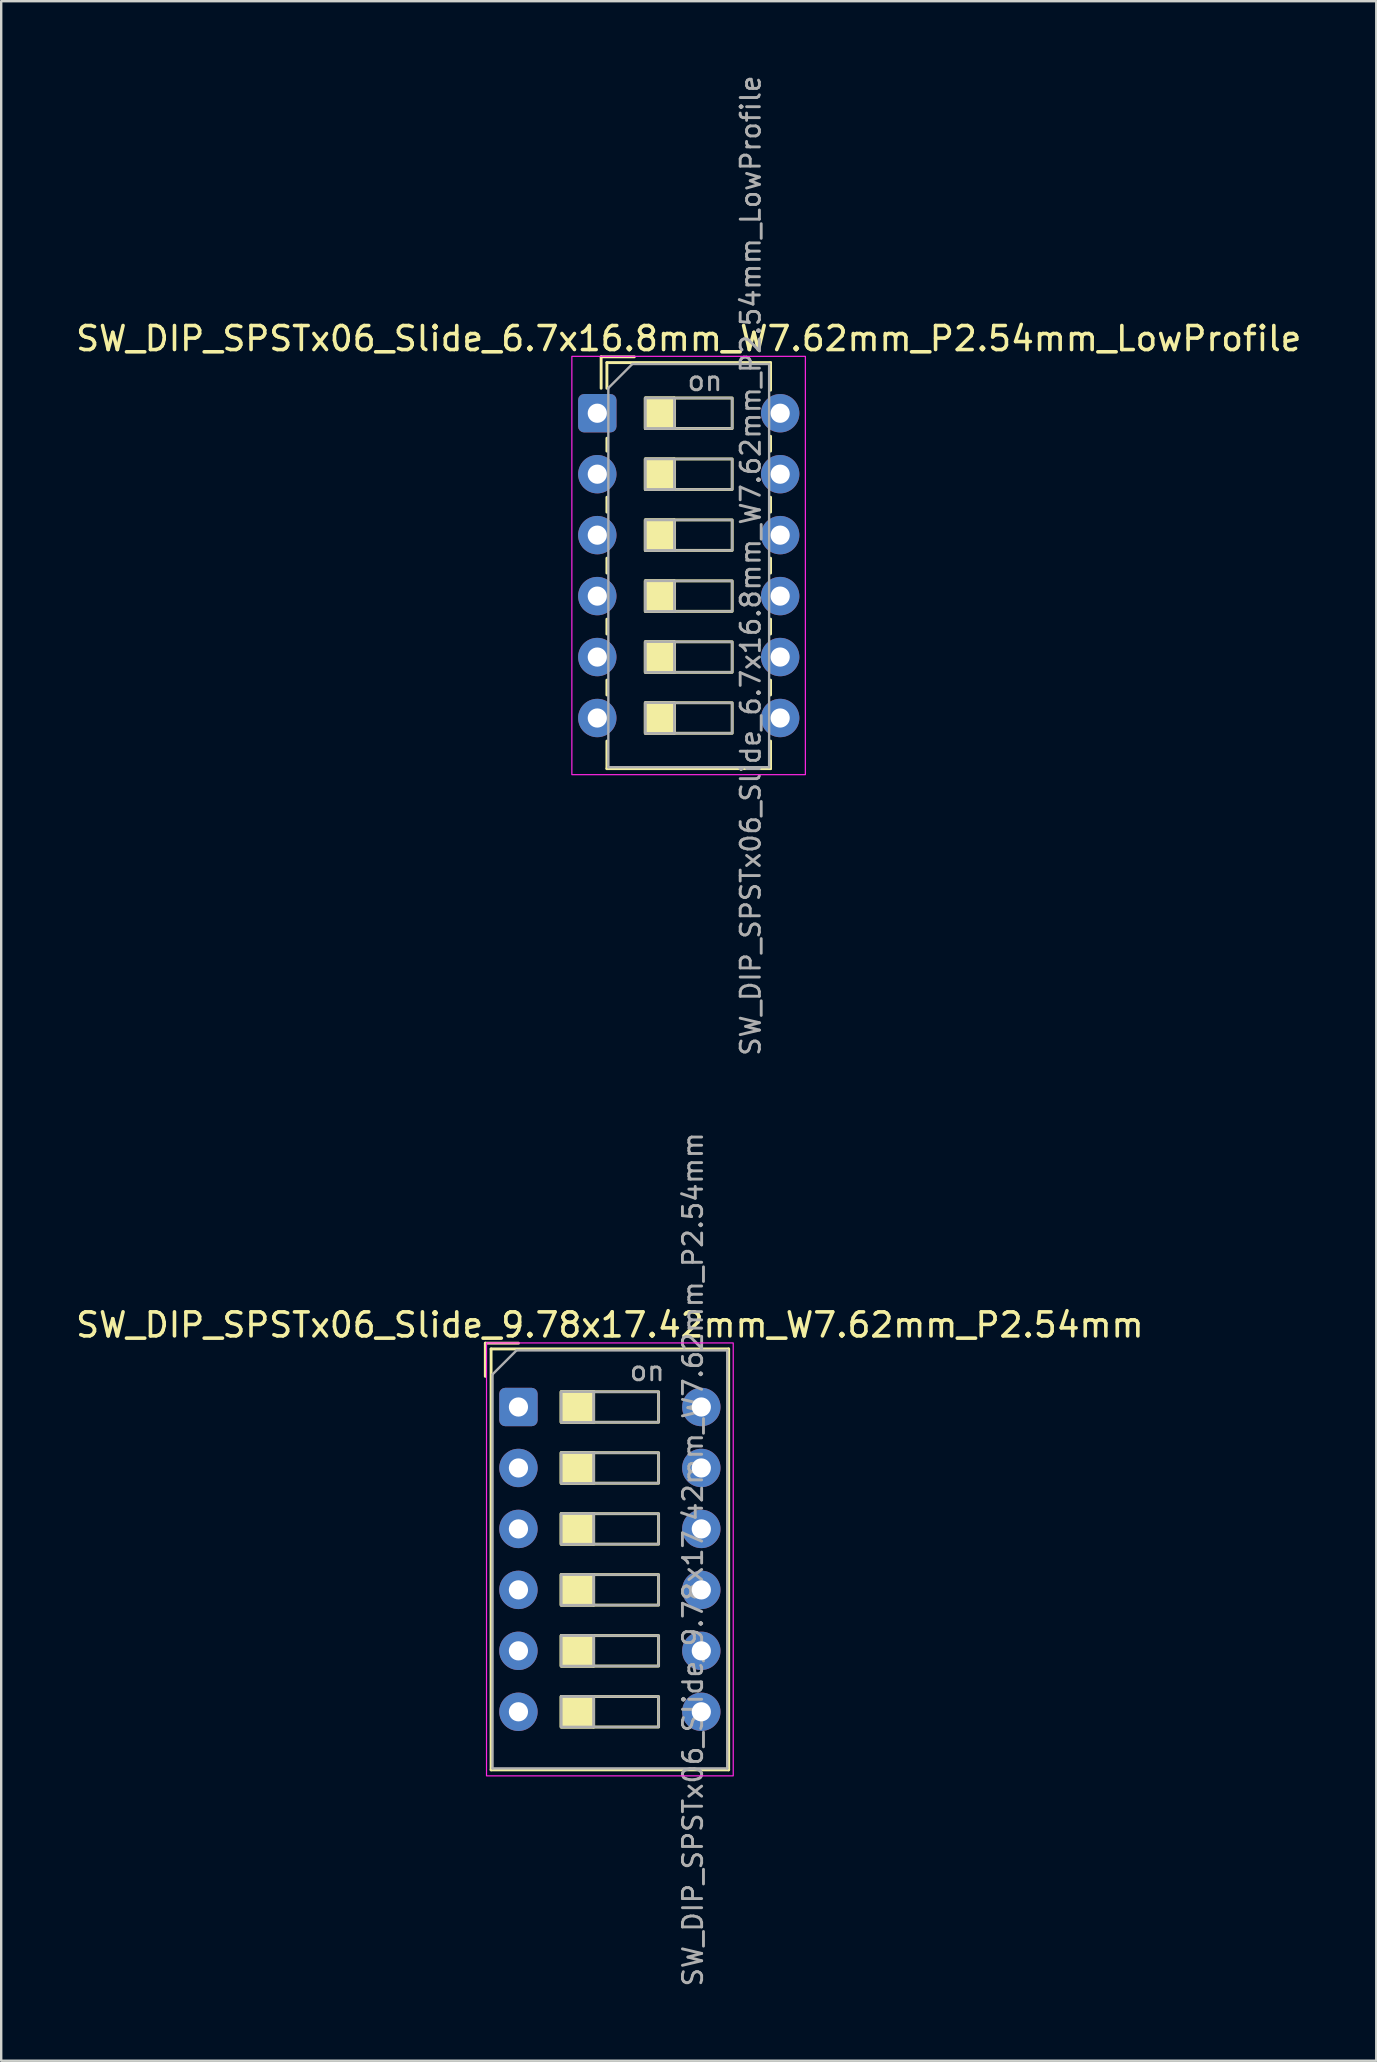
<source format=kicad_pcb>
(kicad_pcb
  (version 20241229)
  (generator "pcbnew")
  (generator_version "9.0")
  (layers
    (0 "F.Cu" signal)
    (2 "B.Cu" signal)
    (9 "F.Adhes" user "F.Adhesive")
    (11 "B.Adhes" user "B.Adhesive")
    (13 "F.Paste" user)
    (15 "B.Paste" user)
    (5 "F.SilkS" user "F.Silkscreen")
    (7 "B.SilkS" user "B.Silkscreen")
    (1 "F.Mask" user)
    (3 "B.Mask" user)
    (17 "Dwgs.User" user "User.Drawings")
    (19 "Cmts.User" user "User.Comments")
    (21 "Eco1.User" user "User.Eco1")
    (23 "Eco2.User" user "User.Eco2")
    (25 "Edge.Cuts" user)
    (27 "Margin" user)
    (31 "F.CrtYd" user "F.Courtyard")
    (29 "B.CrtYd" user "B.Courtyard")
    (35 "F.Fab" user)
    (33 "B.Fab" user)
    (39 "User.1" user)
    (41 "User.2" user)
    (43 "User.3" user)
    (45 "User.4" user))
  (footprint "SW_DIP_SPSTx06_Slide_6.7x16.8mm_W7.62mm_P2.54mm_LowProfile"
    (layer "F.Cu")
    (at 21.839 14.169)
    (property "Reference" "SW_DIP_SPSTx06_Slide_6.7x16.8mm_W7.62mm_P2.54mm_LowProfile" (at 3.81 -3.11 0) (layer "F.SilkS") (effects (font (size 1 1) (thickness 0.15))))
    (attr through_hole)
    (fp_line (start 0.16 -2.35) (end 0.16 -1.04) (stroke (width 0.12) (type solid)) (layer "F.SilkS"))
    (fp_line (start 0.16 -2.35) (end 1.543 -2.35) (stroke (width 0.12) (type solid)) (layer "F.SilkS"))
    (fp_line (start 0.4 -2.11) (end 0.4 -1.04) (stroke (width 0.12) (type solid)) (layer "F.SilkS"))
    (fp_line (start 0.4 -2.11) (end 7.22 -2.11) (stroke (width 0.12) (type solid)) (layer "F.SilkS"))
    (fp_line (start 0.4 1.04) (end 0.4 1.58) (stroke (width 0.12) (type solid)) (layer "F.SilkS"))
    (fp_line (start 0.4 3.5) (end 0.4 4.12) (stroke (width 0.12) (type solid)) (layer "F.SilkS"))
    (fp_line (start 0.4 6.04) (end 0.4 6.66) (stroke (width 0.12) (type solid)) (layer "F.SilkS"))
    (fp_line (start 0.4 8.58) (end 0.4 9.2) (stroke (width 0.12) (type solid)) (layer "F.SilkS"))
    (fp_line (start 0.4 11.12) (end 0.4 11.74) (stroke (width 0.12) (type solid)) (layer "F.SilkS"))
    (fp_line (start 0.4 13.66) (end 0.4 14.81) (stroke (width 0.12) (type solid)) (layer "F.SilkS"))
    (fp_line (start 0.4 14.81) (end 7.22 14.81) (stroke (width 0.12) (type solid)) (layer "F.SilkS"))
    (fp_line (start 3.207 -0.635) (end 3.207 0.635) (stroke (width 0.12) (type solid)) (layer "F.SilkS"))
    (fp_line (start 3.207 1.905) (end 3.207 3.175) (stroke (width 0.12) (type solid)) (layer "F.SilkS"))
    (fp_line (start 3.207 4.445) (end 3.207 5.715) (stroke (width 0.12) (type solid)) (layer "F.SilkS"))
    (fp_line (start 3.207 6.985) (end 3.207 8.255) (stroke (width 0.12) (type solid)) (layer "F.SilkS"))
    (fp_line (start 3.207 9.525) (end 3.207 10.795) (stroke (width 0.12) (type solid)) (layer "F.SilkS"))
    (fp_line (start 3.207 12.065) (end 3.207 13.335) (stroke (width 0.12) (type solid)) (layer "F.SilkS"))
    (fp_line (start 7.22 -2.11) (end 7.22 -0.96) (stroke (width 0.12) (type solid)) (layer "F.SilkS"))
    (fp_line (start 7.22 0.96) (end 7.22 1.58) (stroke (width 0.12) (type solid)) (layer "F.SilkS"))
    (fp_line (start 7.22 3.5) (end 7.22 4.12) (stroke (width 0.12) (type solid)) (layer "F.SilkS"))
    (fp_line (start 7.22 6.04) (end 7.22 6.66) (stroke (width 0.12) (type solid)) (layer "F.SilkS"))
    (fp_line (start 7.22 8.58) (end 7.22 9.2) (stroke (width 0.12) (type solid)) (layer "F.SilkS"))
    (fp_line (start 7.22 11.12) (end 7.22 11.74) (stroke (width 0.12) (type solid)) (layer "F.SilkS"))
    (fp_line (start 7.22 13.66) (end 7.22 14.81) (stroke (width 0.12) (type solid)) (layer "F.SilkS"))
    (fp_rect (start 2 -0.635) (end 3.207 0.635) (stroke (width 0.12) (type solid)) (fill yes) (layer "F.SilkS"))
    (fp_rect (start 2 -0.635) (end 5.62 0.635) (stroke (width 0.12) (type solid)) (fill no) (layer "F.SilkS"))
    (fp_rect (start 2 1.905) (end 3.207 3.175) (stroke (width 0.12) (type solid)) (fill yes) (layer "F.SilkS"))
    (fp_rect (start 2 1.905) (end 5.62 3.175) (stroke (width 0.12) (type solid)) (fill no) (layer "F.SilkS"))
    (fp_rect (start 2 4.445) (end 3.207 5.715) (stroke (width 0.12) (type solid)) (fill yes) (layer "F.SilkS"))
    (fp_rect (start 2 4.445) (end 5.62 5.715) (stroke (width 0.12) (type solid)) (fill no) (layer "F.SilkS"))
    (fp_rect (start 2 6.985) (end 3.207 8.255) (stroke (width 0.12) (type solid)) (fill yes) (layer "F.SilkS"))
    (fp_rect (start 2 6.985) (end 5.62 8.255) (stroke (width 0.12) (type solid)) (fill no) (layer "F.SilkS"))
    (fp_rect (start 2 9.525) (end 3.207 10.795) (stroke (width 0.12) (type solid)) (fill yes) (layer "F.SilkS"))
    (fp_rect (start 2 9.525) (end 5.62 10.795) (stroke (width 0.12) (type solid)) (fill no) (layer "F.SilkS"))
    (fp_rect (start 2 12.065) (end 3.207 13.335) (stroke (width 0.12) (type solid)) (fill yes) (layer "F.SilkS"))
    (fp_rect (start 2 12.065) (end 5.62 13.335) (stroke (width 0.12) (type solid)) (fill no) (layer "F.SilkS"))
    (fp_rect (start -1.06 -2.37) (end 8.67 15.06) (stroke (width 0.05) (type solid)) (fill no) (layer "F.CrtYd"))
    (fp_line (start 0.46 -1.05) (end 1.46 -2.05) (stroke (width 0.1) (type solid)) (layer "F.Fab"))
    (fp_line (start 0.46 14.75) (end 0.46 -1.05) (stroke (width 0.1) (type solid)) (layer "F.Fab"))
    (fp_line (start 1.46 -2.05) (end 7.16 -2.05) (stroke (width 0.1) (type solid)) (layer "F.Fab"))
    (fp_line (start 3.207 -0.635) (end 3.207 0.635) (stroke (width 0.1) (type solid)) (layer "F.Fab"))
    (fp_line (start 3.207 1.905) (end 3.207 3.175) (stroke (width 0.1) (type solid)) (layer "F.Fab"))
    (fp_line (start 3.207 4.445) (end 3.207 5.715) (stroke (width 0.1) (type solid)) (layer "F.Fab"))
    (fp_line (start 3.207 6.985) (end 3.207 8.255) (stroke (width 0.1) (type solid)) (layer "F.Fab"))
    (fp_line (start 3.207 9.525) (end 3.207 10.795) (stroke (width 0.1) (type solid)) (layer "F.Fab"))
    (fp_line (start 3.207 12.065) (end 3.207 13.335) (stroke (width 0.1) (type solid)) (layer "F.Fab"))
    (fp_line (start 7.16 -2.05) (end 7.16 14.75) (stroke (width 0.1) (type solid)) (layer "F.Fab"))
    (fp_line (start 7.16 14.75) (end 0.46 14.75) (stroke (width 0.1) (type solid)) (layer "F.Fab"))
    (fp_rect (start 2 -0.635) (end 3.207 0.635) (stroke (width 0.1) (type solid)) (fill no) (layer "F.Fab"))
    (fp_rect (start 2 -0.635) (end 5.62 0.635) (stroke (width 0.1) (type solid)) (fill no) (layer "F.Fab"))
    (fp_rect (start 2 1.905) (end 3.207 3.175) (stroke (width 0.1) (type solid)) (fill no) (layer "F.Fab"))
    (fp_rect (start 2 1.905) (end 5.62 3.175) (stroke (width 0.1) (type solid)) (fill no) (layer "F.Fab"))
    (fp_rect (start 2 4.445) (end 3.207 5.715) (stroke (width 0.1) (type solid)) (fill no) (layer "F.Fab"))
    (fp_rect (start 2 4.445) (end 5.62 5.715) (stroke (width 0.1) (type solid)) (fill no) (layer "F.Fab"))
    (fp_rect (start 2 6.985) (end 3.207 8.255) (stroke (width 0.1) (type solid)) (fill no) (layer "F.Fab"))
    (fp_rect (start 2 6.985) (end 5.62 8.255) (stroke (width 0.1) (type solid)) (fill no) (layer "F.Fab"))
    (fp_rect (start 2 9.525) (end 3.207 10.795) (stroke (width 0.1) (type solid)) (fill no) (layer "F.Fab"))
    (fp_rect (start 2 9.525) (end 5.62 10.795) (stroke (width 0.1) (type solid)) (fill no) (layer "F.Fab"))
    (fp_rect (start 2 12.065) (end 3.207 13.335) (stroke (width 0.1) (type solid)) (fill no) (layer "F.Fab"))
    (fp_rect (start 2 12.065) (end 5.62 13.335) (stroke (width 0.1) (type solid)) (fill no) (layer "F.Fab"))
    (fp_text user "${REFERENCE}" (at 6.39 6.35 90) (layer "F.Fab") (effects (font (size 0.8 0.8) (thickness 0.12))))
    (fp_text user "on" (at 4.485 -1.343 0) (layer "F.Fab") (effects (font (size 0.8 0.8) (thickness 0.12))))
    (pad "1" thru_hole roundrect (at 0 0) (size 1.6 1.6) (drill 0.8) (layers "*.Cu" "*.Mask") (roundrect_rratio 0.156))
    (pad "2" thru_hole circle (at 0 2.54) (size 1.6 1.6) (drill 0.8) (layers "*.Cu" "*.Mask"))
    (pad "3" thru_hole circle (at 0 5.08) (size 1.6 1.6) (drill 0.8) (layers "*.Cu" "*.Mask"))
    (pad "4" thru_hole circle (at 0 7.62) (size 1.6 1.6) (drill 0.8) (layers "*.Cu" "*.Mask"))
    (pad "5" thru_hole circle (at 0 10.16) (size 1.6 1.6) (drill 0.8) (layers "*.Cu" "*.Mask"))
    (pad "6" thru_hole circle (at 0 12.7) (size 1.6 1.6) (drill 0.8) (layers "*.Cu" "*.Mask"))
    (pad "7" thru_hole circle (at 7.62 12.7) (size 1.6 1.6) (drill 0.8) (layers "*.Cu" "*.Mask"))
    (pad "8" thru_hole circle (at 7.62 10.16) (size 1.6 1.6) (drill 0.8) (layers "*.Cu" "*.Mask"))
    (pad "9" thru_hole circle (at 7.62 7.62) (size 1.6 1.6) (drill 0.8) (layers "*.Cu" "*.Mask"))
    (pad "10" thru_hole circle (at 7.62 5.08) (size 1.6 1.6) (drill 0.8) (layers "*.Cu" "*.Mask"))
    (pad "11" thru_hole circle (at 7.62 2.54) (size 1.6 1.6) (drill 0.8) (layers "*.Cu" "*.Mask"))
    (pad "12" thru_hole circle (at 7.62 0) (size 1.6 1.6) (drill 0.8) (layers "*.Cu" "*.Mask")))
  (footprint "SW_DIP_SPSTx06_Slide_9.78x17.42mm_W7.62mm_P2.54mm"
    (layer "F.Cu")
    (at 18.553 55.579)
    (property "Reference" "SW_DIP_SPSTx06_Slide_9.78x17.42mm_W7.62mm_P2.54mm" (at 3.81 -3.42 0) (layer "F.SilkS") (effects (font (size 1 1) (thickness 0.15))))
    (attr through_hole)
    (fp_line (start -1.38 -2.66) (end -1.38 -1.277) (stroke (width 0.12) (type solid)) (layer "F.SilkS"))
    (fp_line (start -1.38 -2.66) (end 0.003 -2.66) (stroke (width 0.12) (type solid)) (layer "F.SilkS"))
    (fp_line (start -1.14 -2.42) (end -1.14 15.12) (stroke (width 0.12) (type solid)) (layer "F.SilkS"))
    (fp_line (start -1.14 -2.42) (end 8.76 -2.42) (stroke (width 0.12) (type solid)) (layer "F.SilkS"))
    (fp_line (start -1.14 15.12) (end 8.76 15.12) (stroke (width 0.12) (type solid)) (layer "F.SilkS"))
    (fp_line (start 3.133 -0.635) (end 3.133 0.635) (stroke (width 0.12) (type solid)) (layer "F.SilkS"))
    (fp_line (start 3.133 1.905) (end 3.133 3.175) (stroke (width 0.12) (type solid)) (layer "F.SilkS"))
    (fp_line (start 3.133 4.445) (end 3.133 5.715) (stroke (width 0.12) (type solid)) (layer "F.SilkS"))
    (fp_line (start 3.133 6.985) (end 3.133 8.255) (stroke (width 0.12) (type solid)) (layer "F.SilkS"))
    (fp_line (start 3.133 9.525) (end 3.133 10.795) (stroke (width 0.12) (type solid)) (layer "F.SilkS"))
    (fp_line (start 3.133 12.065) (end 3.133 13.335) (stroke (width 0.12) (type solid)) (layer "F.SilkS"))
    (fp_line (start 8.76 -2.42) (end 8.76 15.12) (stroke (width 0.12) (type solid)) (layer "F.SilkS"))
    (fp_rect (start 1.78 -0.635) (end 3.133 0.635) (stroke (width 0.12) (type solid)) (fill yes) (layer "F.SilkS"))
    (fp_rect (start 1.78 -0.635) (end 5.84 0.635) (stroke (width 0.12) (type solid)) (fill no) (layer "F.SilkS"))
    (fp_rect (start 1.78 1.905) (end 3.133 3.175) (stroke (width 0.12) (type solid)) (fill yes) (layer "F.SilkS"))
    (fp_rect (start 1.78 1.905) (end 5.84 3.175) (stroke (width 0.12) (type solid)) (fill no) (layer "F.SilkS"))
    (fp_rect (start 1.78 4.445) (end 3.133 5.715) (stroke (width 0.12) (type solid)) (fill yes) (layer "F.SilkS"))
    (fp_rect (start 1.78 4.445) (end 5.84 5.715) (stroke (width 0.12) (type solid)) (fill no) (layer "F.SilkS"))
    (fp_rect (start 1.78 6.985) (end 3.133 8.255) (stroke (width 0.12) (type solid)) (fill yes) (layer "F.SilkS"))
    (fp_rect (start 1.78 6.985) (end 5.84 8.255) (stroke (width 0.12) (type solid)) (fill no) (layer "F.SilkS"))
    (fp_rect (start 1.78 9.525) (end 3.133 10.795) (stroke (width 0.12) (type solid)) (fill yes) (layer "F.SilkS"))
    (fp_rect (start 1.78 9.525) (end 5.84 10.795) (stroke (width 0.12) (type solid)) (fill no) (layer "F.SilkS"))
    (fp_rect (start 1.78 12.065) (end 3.133 13.335) (stroke (width 0.12) (type solid)) (fill yes) (layer "F.SilkS"))
    (fp_rect (start 1.78 12.065) (end 5.84 13.335) (stroke (width 0.12) (type solid)) (fill no) (layer "F.SilkS"))
    (fp_rect (start -1.33 -2.67) (end 8.95 15.37) (stroke (width 0.05) (type solid)) (fill no) (layer "F.CrtYd"))
    (fp_line (start -1.08 -1.36) (end -0.08 -2.36) (stroke (width 0.1) (type solid)) (layer "F.Fab"))
    (fp_line (start -1.08 15.06) (end -1.08 -1.36) (stroke (width 0.1) (type solid)) (layer "F.Fab"))
    (fp_line (start -0.08 -2.36) (end 8.7 -2.36) (stroke (width 0.1) (type solid)) (layer "F.Fab"))
    (fp_line (start 3.133 -0.635) (end 3.133 0.635) (stroke (width 0.1) (type solid)) (layer "F.Fab"))
    (fp_line (start 3.133 1.905) (end 3.133 3.175) (stroke (width 0.1) (type solid)) (layer "F.Fab"))
    (fp_line (start 3.133 4.445) (end 3.133 5.715) (stroke (width 0.1) (type solid)) (layer "F.Fab"))
    (fp_line (start 3.133 6.985) (end 3.133 8.255) (stroke (width 0.1) (type solid)) (layer "F.Fab"))
    (fp_line (start 3.133 9.525) (end 3.133 10.795) (stroke (width 0.1) (type solid)) (layer "F.Fab"))
    (fp_line (start 3.133 12.065) (end 3.133 13.335) (stroke (width 0.1) (type solid)) (layer "F.Fab"))
    (fp_line (start 8.7 -2.36) (end 8.7 15.06) (stroke (width 0.1) (type solid)) (layer "F.Fab"))
    (fp_line (start 8.7 15.06) (end -1.08 15.06) (stroke (width 0.1) (type solid)) (layer "F.Fab"))
    (fp_rect (start 1.78 -0.635) (end 3.133 0.635) (stroke (width 0.1) (type solid)) (fill no) (layer "F.Fab"))
    (fp_rect (start 1.78 -0.635) (end 5.84 0.635) (stroke (width 0.1) (type solid)) (fill no) (layer "F.Fab"))
    (fp_rect (start 1.78 1.905) (end 3.133 3.175) (stroke (width 0.1) (type solid)) (fill no) (layer "F.Fab"))
    (fp_rect (start 1.78 1.905) (end 5.84 3.175) (stroke (width 0.1) (type solid)) (fill no) (layer "F.Fab"))
    (fp_rect (start 1.78 4.445) (end 3.133 5.715) (stroke (width 0.1) (type solid)) (fill no) (layer "F.Fab"))
    (fp_rect (start 1.78 4.445) (end 5.84 5.715) (stroke (width 0.1) (type solid)) (fill no) (layer "F.Fab"))
    (fp_rect (start 1.78 6.985) (end 3.133 8.255) (stroke (width 0.1) (type solid)) (fill no) (layer "F.Fab"))
    (fp_rect (start 1.78 6.985) (end 5.84 8.255) (stroke (width 0.1) (type solid)) (fill no) (layer "F.Fab"))
    (fp_rect (start 1.78 9.525) (end 3.133 10.795) (stroke (width 0.1) (type solid)) (fill no) (layer "F.Fab"))
    (fp_rect (start 1.78 9.525) (end 5.84 10.795) (stroke (width 0.1) (type solid)) (fill no) (layer "F.Fab"))
    (fp_rect (start 1.78 12.065) (end 3.133 13.335) (stroke (width 0.1) (type solid)) (fill no) (layer "F.Fab"))
    (fp_rect (start 1.78 12.065) (end 5.84 13.335) (stroke (width 0.1) (type solid)) (fill no) (layer "F.Fab"))
    (fp_text user "on" (at 5.365 -1.498 0) (layer "F.Fab") (effects (font (size 0.8 0.8) (thickness 0.12))))
    (fp_text user "${REFERENCE}" (at 7.27 6.35 90) (layer "F.Fab") (effects (font (size 0.8 0.8) (thickness 0.12))))
    (pad "1" thru_hole roundrect (at 0 0) (size 1.6 1.6) (drill 0.8) (layers "*.Cu" "*.Mask") (roundrect_rratio 0.156))
    (pad "2" thru_hole circle (at 0 2.54) (size 1.6 1.6) (drill 0.8) (layers "*.Cu" "*.Mask"))
    (pad "3" thru_hole circle (at 0 5.08) (size 1.6 1.6) (drill 0.8) (layers "*.Cu" "*.Mask"))
    (pad "4" thru_hole circle (at 0 7.62) (size 1.6 1.6) (drill 0.8) (layers "*.Cu" "*.Mask"))
    (pad "5" thru_hole circle (at 0 10.16) (size 1.6 1.6) (drill 0.8) (layers "*.Cu" "*.Mask"))
    (pad "6" thru_hole circle (at 0 12.7) (size 1.6 1.6) (drill 0.8) (layers "*.Cu" "*.Mask"))
    (pad "7" thru_hole circle (at 7.62 12.7) (size 1.6 1.6) (drill 0.8) (layers "*.Cu" "*.Mask"))
    (pad "8" thru_hole circle (at 7.62 10.16) (size 1.6 1.6) (drill 0.8) (layers "*.Cu" "*.Mask"))
    (pad "9" thru_hole circle (at 7.62 7.62) (size 1.6 1.6) (drill 0.8) (layers "*.Cu" "*.Mask"))
    (pad "10" thru_hole circle (at 7.62 5.08) (size 1.6 1.6) (drill 0.8) (layers "*.Cu" "*.Mask"))
    (pad "11" thru_hole circle (at 7.62 2.54) (size 1.6 1.6) (drill 0.8) (layers "*.Cu" "*.Mask"))
    (pad "12" thru_hole circle (at 7.62 0) (size 1.6 1.6) (drill 0.8) (layers "*.Cu" "*.Mask")))
  (gr_rect
    (start -3 -3)
    (end 54.298 82.819)
    (stroke (width 0.1) (type default))
    (fill no)
    (layer "Edge.Cuts")))
</source>
